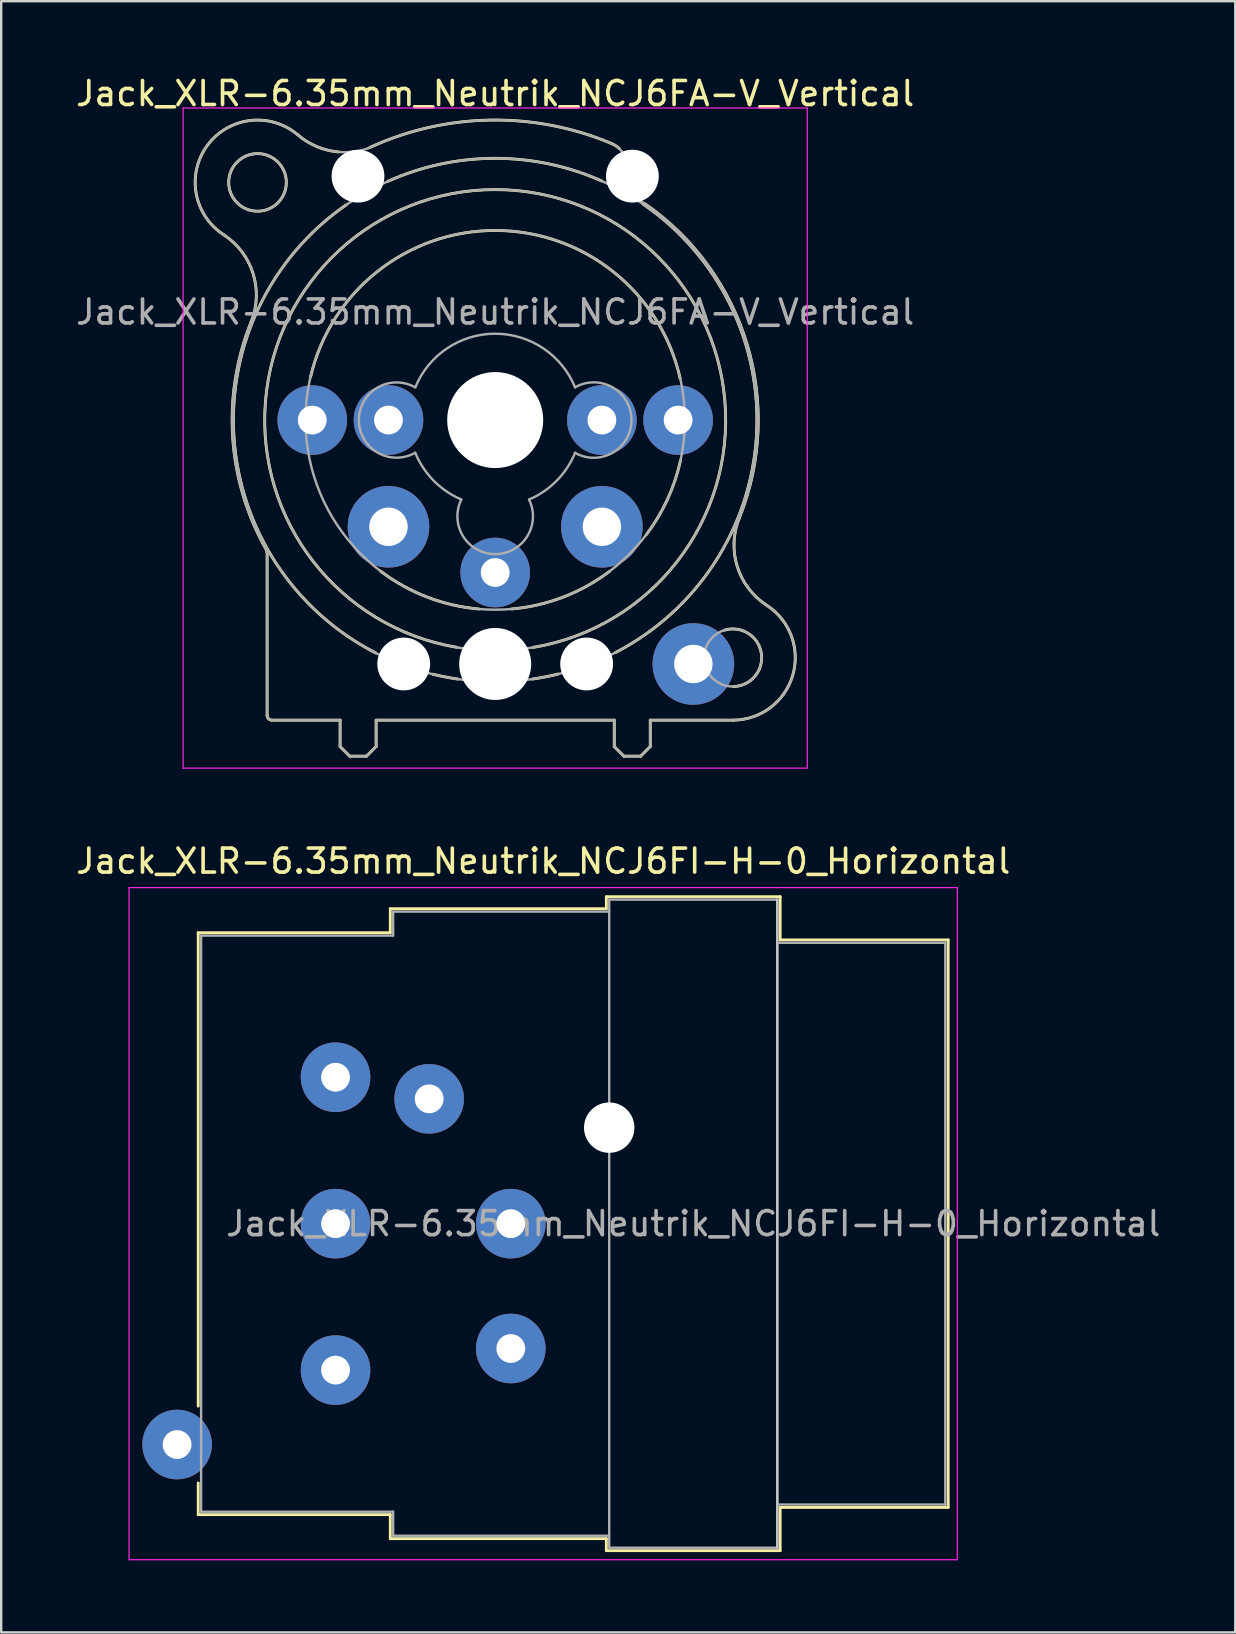
<source format=kicad_pcb>
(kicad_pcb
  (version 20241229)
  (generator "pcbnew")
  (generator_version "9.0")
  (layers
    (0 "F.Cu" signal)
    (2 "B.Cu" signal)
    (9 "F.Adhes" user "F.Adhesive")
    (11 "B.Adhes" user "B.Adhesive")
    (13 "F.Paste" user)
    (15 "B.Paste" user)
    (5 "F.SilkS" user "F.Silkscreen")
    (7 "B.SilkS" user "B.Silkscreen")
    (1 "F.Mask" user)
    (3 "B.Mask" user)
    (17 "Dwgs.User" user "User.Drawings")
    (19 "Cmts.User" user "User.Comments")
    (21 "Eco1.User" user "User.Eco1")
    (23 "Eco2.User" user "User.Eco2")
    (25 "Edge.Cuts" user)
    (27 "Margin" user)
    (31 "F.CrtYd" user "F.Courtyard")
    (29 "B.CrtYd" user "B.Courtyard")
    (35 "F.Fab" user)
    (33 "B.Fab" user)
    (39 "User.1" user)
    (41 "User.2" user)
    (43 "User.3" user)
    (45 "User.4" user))
  (footprint "Jack_XLR-6.35mm_Neutrik_NCJ6FI-H-0_Horizontal"
    (layer "F.Cu")
    (at 10.927 41.822)
    (property "Reference" "Jack_XLR-6.35mm_Neutrik_NCJ6FI-H-0_Horizontal" (at 8.65 -9 0) (layer "F.SilkS") (effects (font (size 1 1) (thickness 0.15))))
    (attr through_hole)
    (fp_line (start -5.72 -6.02) (end -5.72 13.7) (stroke (width 0.12) (type solid)) (layer "F.SilkS"))
    (fp_line (start -5.72 16.9) (end -5.72 18.22) (stroke (width 0.12) (type solid)) (layer "F.SilkS"))
    (fp_line (start 2.28 -7.02) (end 2.28 -6.02) (stroke (width 0.12) (type solid)) (layer "F.SilkS"))
    (fp_line (start 2.28 -6.02) (end -5.72 -6.02) (stroke (width 0.12) (type solid)) (layer "F.SilkS"))
    (fp_line (start 2.28 18.22) (end -5.72 18.22) (stroke (width 0.12) (type solid)) (layer "F.SilkS"))
    (fp_line (start 2.28 19.22) (end 2.28 18.22) (stroke (width 0.12) (type solid)) (layer "F.SilkS"))
    (fp_line (start 11.28 -7.02) (end 2.28 -7.02) (stroke (width 0.12) (type solid)) (layer "F.SilkS"))
    (fp_line (start 11.28 -7.02) (end 11.28 -7.52) (stroke (width 0.12) (type solid)) (layer "F.SilkS"))
    (fp_line (start 11.28 19.22) (end 2.28 19.22) (stroke (width 0.12) (type solid)) (layer "F.SilkS"))
    (fp_line (start 11.28 19.72) (end 11.28 19.22) (stroke (width 0.12) (type solid)) (layer "F.SilkS"))
    (fp_line (start 18.52 -7.52) (end 11.28 -7.52) (stroke (width 0.12) (type solid)) (layer "F.SilkS"))
    (fp_line (start 18.52 -7.52) (end 18.52 -5.72) (stroke (width 0.12) (type solid)) (layer "F.SilkS"))
    (fp_line (start 18.52 -5.72) (end 25.52 -5.72) (stroke (width 0.12) (type solid)) (layer "F.SilkS"))
    (fp_line (start 18.52 17.92) (end 18.52 19.72) (stroke (width 0.12) (type solid)) (layer "F.SilkS"))
    (fp_line (start 18.52 17.92) (end 25.52 17.92) (stroke (width 0.12) (type solid)) (layer "F.SilkS"))
    (fp_line (start 18.52 19.72) (end 11.28 19.72) (stroke (width 0.12) (type solid)) (layer "F.SilkS"))
    (fp_line (start 25.52 -5.72) (end 25.52 17.92) (stroke (width 0.12) (type solid)) (layer "F.SilkS"))
    (fp_line (start 18.4 -7.4) (end 18.4 19.6) (stroke (width 0.1) (type solid)) (layer "Dwgs.User"))
    (fp_line (start -8.6 -7.9) (end -8.6 20.1) (stroke (width 0.05) (type solid)) (layer "F.CrtYd"))
    (fp_line (start 25.9 -7.9) (end -8.6 -7.9) (stroke (width 0.05) (type solid)) (layer "F.CrtYd"))
    (fp_line (start 25.9 -7.9) (end 25.9 20.1) (stroke (width 0.05) (type solid)) (layer "F.CrtYd"))
    (fp_line (start 25.9 20.1) (end -8.6 20.1) (stroke (width 0.05) (type solid)) (layer "F.CrtYd"))
    (fp_line (start -5.6 -5.9) (end -5.6 18.1) (stroke (width 0.1) (type solid)) (layer "F.Fab"))
    (fp_line (start -5.6 18.1) (end 2.4 18.1) (stroke (width 0.1) (type solid)) (layer "F.Fab"))
    (fp_line (start 2.4 -6.9) (end 2.4 -5.9) (stroke (width 0.1) (type solid)) (layer "F.Fab"))
    (fp_line (start 2.4 -5.9) (end -5.6 -5.9) (stroke (width 0.1) (type solid)) (layer "F.Fab"))
    (fp_line (start 2.4 18.1) (end 2.4 19.1) (stroke (width 0.1) (type solid)) (layer "F.Fab"))
    (fp_line (start 2.4 19.1) (end 11.4 19.1) (stroke (width 0.1) (type solid)) (layer "F.Fab"))
    (fp_line (start 11.4 -7.4) (end 18.4 -7.4) (stroke (width 0.1) (type solid)) (layer "F.Fab"))
    (fp_line (start 11.4 -6.9) (end 2.4 -6.9) (stroke (width 0.1) (type solid)) (layer "F.Fab"))
    (fp_line (start 11.4 19.6) (end 11.4 -7.4) (stroke (width 0.1) (type solid)) (layer "F.Fab"))
    (fp_line (start 18.4 -7.4) (end 18.4 19.6) (stroke (width 0.1) (type solid)) (layer "F.Fab"))
    (fp_line (start 18.4 -5.6) (end 25.4 -5.6) (stroke (width 0.1) (type solid)) (layer "F.Fab"))
    (fp_line (start 18.4 19.6) (end 11.4 19.6) (stroke (width 0.1) (type solid)) (layer "F.Fab"))
    (fp_line (start 25.4 -5.6) (end 25.4 17.8) (stroke (width 0.1) (type solid)) (layer "F.Fab"))
    (fp_line (start 25.4 17.8) (end 18.4 17.8) (stroke (width 0.1) (type solid)) (layer "F.Fab"))
    (fp_text user "${REFERENCE}" (at 14.9 6.1 0) (layer "F.Fab") (effects (font (size 1 1) (thickness 0.15))))
    (pad "" np_thru_hole circle (at 11.4 2.1) (size 2.1 2.1) (drill 2.1) (layers "*.Cu" "*.Mask"))
    (pad "1" thru_hole circle (at 0 0) (size 2.9 2.9) (drill 1.2) (layers "*.Cu" "*.Mask"))
    (pad "2" thru_hole circle (at 0 12.2) (size 2.9 2.9) (drill 1.2) (layers "*.Cu" "*.Mask"))
    (pad "3" thru_hole circle (at 0 6.1) (size 2.9 2.9) (drill 1.2) (layers "*.Cu" "*.Mask"))
    (pad "G" thru_hole circle (at 7.3 6.1) (size 2.9 2.9) (drill 1.2) (layers "*.Cu" "*.Mask"))
    (pad "R" thru_hole circle (at 3.9 0.9) (size 2.9 2.9) (drill 1.2) (layers "*.Cu" "*.Mask"))
    (pad "S" thru_hole circle (at 7.3 11.3) (size 2.9 2.9) (drill 1.2) (layers "*.Cu" "*.Mask"))
    (pad "T" thru_hole circle (at -6.6 15.3) (size 2.9 2.9) (drill 1.2) (layers "*.Cu" "*.Mask")))
  (footprint "Jack_XLR-6.35mm_Neutrik_NCJ6FA-V_Vertical"
    (layer "F.Cu")
    (at 25.197 14.448)
    (property "Reference" "Jack_XLR-6.35mm_Neutrik_NCJ6FA-V_Vertical" (at -7.62 -13.6 0) (layer "F.SilkS") (effects (font (size 1 1) (thickness 0.15))))
    (attr through_hole)
    (fp_line (start -17.12 5.51) (end -17.12 12.3) (stroke (width 0.12) (type solid)) (layer "F.SilkS"))
    (fp_line (start -14.08 12.5) (end -16.92 12.5) (stroke (width 0.12) (type solid)) (layer "F.SilkS"))
    (fp_line (start -14.08 12.5) (end -14.08 13.6) (stroke (width 0.12) (type solid)) (layer "F.SilkS"))
    (fp_line (start -13.68 14) (end -14.08 13.6) (stroke (width 0.12) (type solid)) (layer "F.SilkS"))
    (fp_line (start -12.98 14) (end -13.68 14) (stroke (width 0.12) (type solid)) (layer "F.SilkS"))
    (fp_line (start -12.98 14) (end -12.58 13.6) (stroke (width 0.12) (type solid)) (layer "F.SilkS"))
    (fp_line (start -12.58 12.5) (end -12.58 13.6) (stroke (width 0.12) (type solid)) (layer "F.SilkS"))
    (fp_line (start -12.58 12.5) (end -2.66 12.5) (stroke (width 0.12) (type solid)) (layer "F.SilkS"))
    (fp_line (start -2.66 12.5) (end -2.66 13.6) (stroke (width 0.12) (type solid)) (layer "F.SilkS"))
    (fp_line (start -2.26 14) (end -2.66 13.6) (stroke (width 0.12) (type solid)) (layer "F.SilkS"))
    (fp_line (start -1.56 14) (end -2.26 14) (stroke (width 0.12) (type solid)) (layer "F.SilkS"))
    (fp_line (start -1.56 14) (end -1.16 13.6) (stroke (width 0.12) (type solid)) (layer "F.SilkS"))
    (fp_line (start -1.16 12.5) (end -1.16 13.6) (stroke (width 0.12) (type solid)) (layer "F.SilkS"))
    (fp_line (start 2.28 12.5) (end -1.16 12.5) (stroke (width 0.12) (type solid)) (layer "F.SilkS"))
    (fp_arc (start -18.934795 -7.72258) (mid -19.602935 -11.450543) (end -15.84 -11.88) (stroke (width 0.12) (type solid)) (layer "F.SilkS"))
    (fp_arc (start -18.930969 -7.719195) (mid -17.705389 -6.104985) (end -17.79 -4.08) (stroke (width 0.12) (type solid)) (layer "F.SilkS"))
    (fp_arc (start -17.154956 5.397698) (mid -17.130185 5.451579) (end -17.12 5.51) (stroke (width 0.12) (type solid)) (layer "F.SilkS"))
    (fp_arc (start -17.144015 5.419265) (mid -18.552638 0.743459) (end -17.79 -4.08) (stroke (width 0.12) (type solid)) (layer "F.SilkS"))
    (fp_arc (start -16.92 12.5) (mid -17.061421 12.441421) (end -17.12 12.3) (stroke (width 0.12) (type solid)) (layer "F.SilkS"))
    (fp_arc (start -15.31 -1.8) (mid -7.589115 -7.897794) (end 0.083843 -1.739802) (stroke (width 0.12) (type solid)) (layer "F.SilkS"))
    (fp_arc (start -14.148924 -11.168665) (mid -15.050317 -11.391547) (end -15.84 -11.88) (stroke (width 0.12) (type solid)) (layer "F.SilkS"))
    (fp_arc (start -12.835768 -11.357498) (mid -7.808953 -12.496451) (end -2.75 -11.51) (stroke (width 0.12) (type solid)) (layer "F.SilkS"))
    (fp_arc (start -12.6 9.7) (mid -18.500043 0.717682) (end -13.830991 -8.961807) (stroke (width 0.12) (type solid)) (layer "F.SilkS"))
    (fp_arc (start -12.1 -9.94) (mid -7.641178 -10.902915) (end -3.178648 -9.957329) (stroke (width 0.12) (type solid)) (layer "F.SilkS"))
    (fp_arc (start -9.2 9.47) (mid -7.62467 -9.6009) (end -6.030789 9.468459) (stroke (width 0.12) (type solid)) (layer "F.SilkS"))
    (fp_arc (start -9.17 10.79) (mid -9.695239 10.701401) (end -10.215522 10.58725) (stroke (width 0.12) (type solid)) (layer "F.SilkS"))
    (fp_arc (start -8.3 7.87) (mid -10.455796 7.372758) (end -12.389148 6.297184) (stroke (width 0.12) (type solid)) (layer "F.SilkS"))
    (fp_arc (start -5 10.58) (mid -5.529293 10.697184) (end -6.063757 10.787906) (stroke (width 0.12) (type solid)) (layer "F.SilkS"))
    (fp_arc (start -2.850852 6.297184) (mid -4.784204 7.372758) (end -6.94 7.87) (stroke (width 0.12) (type solid)) (layer "F.SilkS"))
    (fp_arc (start -2.789231 -11.524852) (mid -2.608846 -11.434431) (end -2.45 -11.31) (stroke (width 0.12) (type solid)) (layer "F.SilkS"))
    (fp_arc (start -1.45 -8.99) (mid 3.262553 0.677525) (end -2.61272 9.685874) (stroke (width 0.12) (type solid)) (layer "F.SilkS"))
    (fp_arc (start -1.372521 -9.002461) (mid 2.876242 -3.147094) (end 2.55 4.08) (stroke (width 0.12) (type solid)) (layer "F.SilkS"))
    (fp_arc (start 0.097858 1.687355) (mid -0.447404 3.31155) (end -1.33 4.78) (stroke (width 0.12) (type solid)) (layer "F.SilkS"))
    (fp_arc (start 1.932014 8.75139) (mid 3.4657 9.714222) (end 2.3 11.1) (stroke (width 0.12) (type solid)) (layer "F.SilkS"))
    (fp_arc (start 3.687208 7.712208) (mid 2.463871 6.101094) (end 2.55 4.08) (stroke (width 0.12) (type solid)) (layer "F.SilkS"))
    (fp_arc (start 3.696061 7.719457) (mid 4.772931 10.63844) (end 2.28 12.5) (stroke (width 0.12) (type solid)) (layer "F.SilkS"))
    (fp_circle (center -17.52 -9.9) (end -16.32 -9.9) (stroke (width 0.12) (type solid)) (fill no) (layer "F.SilkS"))
    (fp_line (start -20.62 -13) (end 5.38 -13) (stroke (width 0.05) (type solid)) (layer "F.CrtYd"))
    (fp_line (start -20.62 14.5) (end -20.62 -13) (stroke (width 0.05) (type solid)) (layer "F.CrtYd"))
    (fp_line (start 5.38 -13) (end 5.38 14.5) (stroke (width 0.05) (type solid)) (layer "F.CrtYd"))
    (fp_line (start 5.38 14.5) (end -20.62 14.5) (stroke (width 0.05) (type solid)) (layer "F.CrtYd"))
    (fp_line (start -17.12 5.51) (end -17.12 12.3) (stroke (width 0.1) (type solid)) (layer "F.Fab"))
    (fp_line (start -14.08 12.5) (end -16.92 12.5) (stroke (width 0.1) (type solid)) (layer "F.Fab"))
    (fp_line (start -14.08 12.5) (end -14.08 13.6) (stroke (width 0.1) (type solid)) (layer "F.Fab"))
    (fp_line (start -13.68 14) (end -14.08 13.6) (stroke (width 0.1) (type solid)) (layer "F.Fab"))
    (fp_line (start -12.98 14) (end -13.68 14) (stroke (width 0.1) (type solid)) (layer "F.Fab"))
    (fp_line (start -12.98 14) (end -12.58 13.6) (stroke (width 0.1) (type solid)) (layer "F.Fab"))
    (fp_line (start -12.58 12.5) (end -12.58 13.6) (stroke (width 0.1) (type solid)) (layer "F.Fab"))
    (fp_line (start -12.58 12.5) (end -2.66 12.5) (stroke (width 0.1) (type solid)) (layer "F.Fab"))
    (fp_line (start -2.66 12.5) (end -2.66 13.6) (stroke (width 0.1) (type solid)) (layer "F.Fab"))
    (fp_line (start -2.37 -9.82) (end -2.21 -10.22) (stroke (width 0.1) (type solid)) (layer "F.Fab"))
    (fp_line (start -2.26 14) (end -2.66 13.6) (stroke (width 0.1) (type solid)) (layer "F.Fab"))
    (fp_line (start -1.56 14) (end -2.26 14) (stroke (width 0.1) (type solid)) (layer "F.Fab"))
    (fp_line (start -1.56 14) (end -1.16 13.6) (stroke (width 0.1) (type solid)) (layer "F.Fab"))
    (fp_line (start -1.16 12.5) (end -1.16 13.6) (stroke (width 0.1) (type solid)) (layer "F.Fab"))
    (fp_line (start 2.28 12.5) (end -1.16 12.5) (stroke (width 0.1) (type solid)) (layer "F.Fab"))
    (fp_arc (start -18.934795 -7.72258) (mid -19.602935 -11.450543) (end -15.84 -11.88) (stroke (width 0.1) (type solid)) (layer "F.Fab"))
    (fp_arc (start -18.930969 -7.719195) (mid -17.705389 -6.104985) (end -17.79 -4.08) (stroke (width 0.1) (type solid)) (layer "F.Fab"))
    (fp_arc (start -17.154956 5.397698) (mid -17.130185 5.451579) (end -17.12 5.51) (stroke (width 0.1) (type solid)) (layer "F.Fab"))
    (fp_arc (start -17.144015 5.419265) (mid -18.552638 0.743459) (end -17.79 -4.08) (stroke (width 0.1) (type solid)) (layer "F.Fab"))
    (fp_arc (start -16.92 12.5) (mid -17.061421 12.441421) (end -17.12 12.3) (stroke (width 0.1) (type solid)) (layer "F.Fab"))
    (fp_arc (start -12.914931 -11.320809) (mid -7.852572 -12.495716) (end -2.75 -11.51) (stroke (width 0.1) (type solid)) (layer "F.Fab"))
    (fp_arc (start -12.913921 -11.321101) (mid -14.451447 -11.210582) (end -15.84 -11.88) (stroke (width 0.1) (type solid)) (layer "F.Fab"))
    (fp_arc (start -10.954064 1.362323) (mid -13.297799 -0.002341) (end -10.95 -1.36) (stroke (width 0.1) (type solid)) (layer "F.Fab"))
    (fp_arc (start -10.945975 -1.369814) (mid -7.614696 -3.597009) (end -4.29 -1.36) (stroke (width 0.1) (type solid)) (layer "F.Fab"))
    (fp_arc (start -9.036119 3.306525) (mid -10.184888 2.521874) (end -10.95 1.36) (stroke (width 0.1) (type solid)) (layer "F.Fab"))
    (fp_arc (start -6.208725 3.312574) (mid -7.621436 5.584198) (end -9.03 3.31) (stroke (width 0.1) (type solid)) (layer "F.Fab"))
    (fp_arc (start -4.291917 1.36677) (mid -5.059455 2.527411) (end -6.21 3.31) (stroke (width 0.1) (type solid)) (layer "F.Fab"))
    (fp_arc (start -4.284946 -1.368604) (mid -1.941293 0.00867) (end -4.3 1.36) (stroke (width 0.1) (type solid)) (layer "F.Fab"))
    (fp_arc (start -2.752398 -11.51057) (mid -2.22343 -10.97362) (end -2.21 -10.22) (stroke (width 0.1) (type solid)) (layer "F.Fab"))
    (fp_arc (start -2.280824 -9.569143) (mid 2.709976 -3.656075) (end 2.55 4.08) (stroke (width 0.1) (type solid)) (layer "F.Fab"))
    (fp_arc (start -2.264515 -9.56035) (mid -2.366315 -9.670245) (end -2.37 -9.82) (stroke (width 0.1) (type solid)) (layer "F.Fab"))
    (fp_arc (start -2.20715 -10.954211) (mid -1.183963 -10.175931) (end -2.37 -9.68) (stroke (width 0.1) (type solid)) (layer "F.Fab"))
    (fp_arc (start 3.687208 7.712208) (mid 2.463871 6.101094) (end 2.55 4.08) (stroke (width 0.1) (type solid)) (layer "F.Fab"))
    (fp_arc (start 3.696061 7.719457) (mid 4.772931 10.63844) (end 2.28 12.5) (stroke (width 0.1) (type solid)) (layer "F.Fab"))
    (fp_circle (center -17.52 -9.9) (end -16.32 -9.9) (stroke (width 0.1) (type solid)) (fill no) (layer "F.Fab"))
    (fp_circle (center -7.62 0) (end 0.28 0) (stroke (width 0.1) (type solid)) (fill no) (layer "F.Fab"))
    (fp_circle (center -7.62 0) (end 1.98 0) (stroke (width 0.1) (type solid)) (fill no) (layer "F.Fab"))
    (fp_circle (center -7.62 0) (end 3.28 0) (stroke (width 0.1) (type solid)) (fill no) (layer "F.Fab"))
    (fp_circle (center 2.28 9.9) (end 3.48 9.9) (stroke (width 0.1) (type solid)) (fill no) (layer "F.Fab"))
    (fp_text user "${REFERENCE}" (at -7.62 -4.5 0) (layer "F.Fab") (effects (font (size 1 1) (thickness 0.15))))
    (pad "" np_thru_hole circle (at -13.335 -10.16) (size 2.2 2.2) (drill 2.2) (layers "*.Cu" "*.Mask"))
    (pad "" np_thru_hole circle (at -11.43 10.16) (size 2.2 2.2) (drill 2.2) (layers "*.Cu" "*.Mask"))
    (pad "" np_thru_hole circle (at -7.62 0) (size 4 4) (drill 4) (layers "*.Cu" "*.Mask"))
    (pad "" np_thru_hole circle (at -7.62 10.16) (size 3 3) (drill 3) (layers "*.Cu" "*.Mask"))
    (pad "" np_thru_hole circle (at -3.81 10.16) (size 2.2 2.2) (drill 2.2) (layers "*.Cu" "*.Mask"))
    (pad "" np_thru_hole circle (at -1.905 -10.16) (size 2.2 2.2) (drill 2.2) (layers "*.Cu" "*.Mask"))
    (pad "1" thru_hole circle (at 0 0) (size 2.9 2.9) (drill 1.2) (layers "*.Cu" "*.Mask"))
    (pad "2" thru_hole circle (at -15.24 0) (size 2.9 2.9) (drill 1.2) (layers "*.Cu" "*.Mask"))
    (pad "3" thru_hole circle (at -7.62 6.35) (size 2.9 2.9) (drill 1.2) (layers "*.Cu" "*.Mask"))
    (pad "G" thru_hole circle (at 0.635 10.16) (size 3.4 3.4) (drill 1.6) (layers "*.Cu" "*.Mask"))
    (pad "R" thru_hole circle (at -12.065 0) (size 2.9 2.9) (drill 1.2) (layers "*.Cu" "*.Mask"))
    (pad "S" thru_hole circle (at -3.175 0) (size 2.9 2.9) (drill 1.2) (layers "*.Cu" "*.Mask"))
    (pad "T" thru_hole circle (at -12.065 4.445) (size 3.4 3.4) (drill 1.6) (layers "*.Cu" "*.Mask"))
    (pad "T" thru_hole circle (at -3.175 4.445) (size 3.4 3.4) (drill 1.6) (layers "*.Cu" "*.Mask")))
  (gr_rect
    (start -3 -3)
    (end 48.405 64.947)
    (stroke (width 0.1) (type default))
    (fill no)
    (layer "Edge.Cuts")))
</source>
